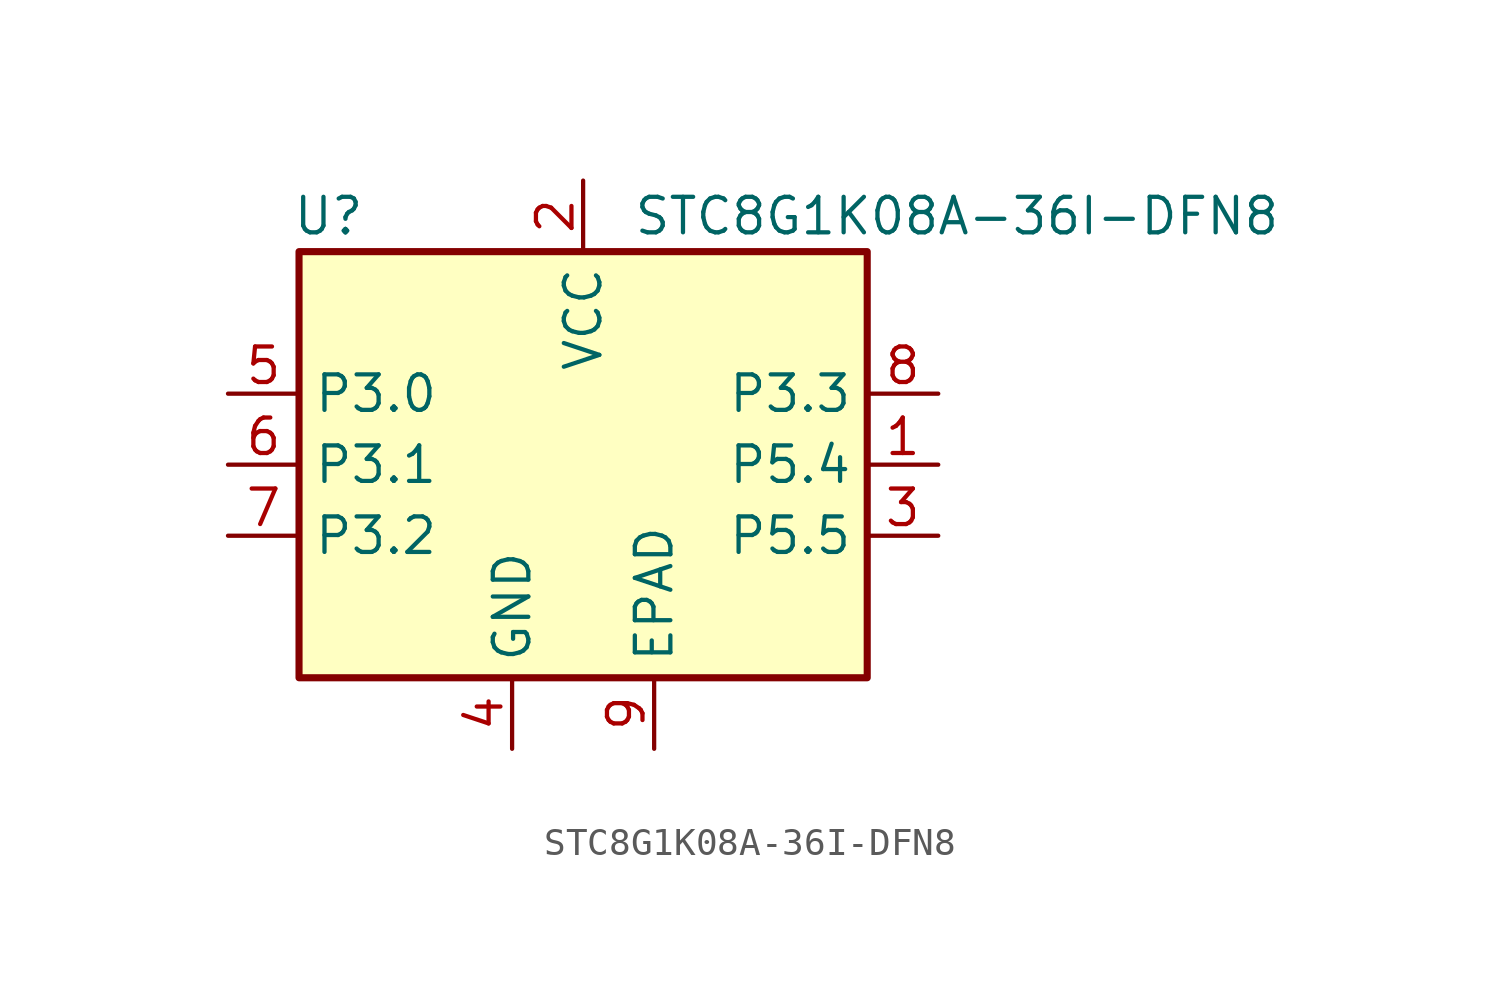
<source format=kicad_sym>
(kicad_symbol_lib
  (version 20231120)
  (generator "kicad_symbol_editor")
  (generator_version "8.0")
  (symbol "STC8G1K08A-36I-DFN8"
    (property "Reference" "U"
      (at -10.414 8.89 0)
      (effects (font (size 1.27 1.27)) (justify left)))
    (property "Value" "STC8G1K08A-36I-DFN8"
      (at 1.778 8.89 0)
      (effects (font (size 1.27 1.27)) (justify left)))
    (symbol "STC8G1K08A-36I-DFN8_0_1"
      (rectangle (start -10.16 7.62) (end 10.16 -7.62) (stroke (width 0.254) (type default)) (fill (type background))))
    (symbol "STC8G1K08A-36I-DFN8_1_0"
      (pin passive line (at 2.54 -10.16 90) (length 2.54) (name "EPAD" (effects (font (size 1.27 1.27)))) (number "9" (effects (font (size 1.27 1.27))))))
    (symbol "STC8G1K08A-36I-DFN8_1_1"
      (pin bidirectional line (at 12.7 0 180) (length 2.54) (name "P5.4" (effects (font (size 1.27 1.27)))) (number "1" (effects (font (size 1.27 1.27)))) (alternate "ADC4" input line) (alternate "CCP2" bidirectional line) (alternate "CCP2_{2}" bidirectional line) (alternate "INT2" input line) (alternate "MCLKO" output line) (alternate "MOSI" bidirectional line) (alternate "RxD_{3}" input line) (alternate "SCL_{2}" bidirectional line) (alternate "T0" input line) (alternate "~{RST}" input line))
      (pin power_in line (at 0 10.16 270) (length 2.54) (name "VCC" (effects (font (size 1.27 1.27)))) (number "2" (effects (font (size 1.27 1.27)))))
      (pin bidirectional line (at 12.7 -2.54 180) (length 2.54) (name "P5.5" (effects (font (size 1.27 1.27)))) (number "3" (effects (font (size 1.27 1.27)))) (alternate "ADC5" input line) (alternate "CCP2_{3}" bidirectional line) (alternate "ECI" input line) (alternate "ECI_{2}" input line) (alternate "INT3" input line) (alternate "SDA_{2}" bidirectional line) (alternate "SS" bidirectional line) (alternate "T0CLKO" output line) (alternate "T1" input line) (alternate "TxD_{3}" output line))
      (pin power_in line (at -2.54 -10.16 90) (length 2.54) (name "GND" (effects (font (size 1.27 1.27)))) (number "4" (effects (font (size 1.27 1.27)))))
      (pin bidirectional line (at -12.7 2.54 0) (length 2.54) (name "P3.0" (effects (font (size 1.27 1.27)))) (number "5" (effects (font (size 1.27 1.27)))) (alternate "ADC0" input line) (alternate "INT4" input line) (alternate "RxD" input line))
      (pin bidirectional line (at -12.7 0 0) (length 2.54) (name "P3.1" (effects (font (size 1.27 1.27)))) (number "6" (effects (font (size 1.27 1.27)))) (alternate "ADC1" input line) (alternate "CCP0_{2]" bidirectional line) (alternate "ECI_{3}" input line) (alternate "TxD" output line))
      (pin bidirectional line (at -12.7 -2.54 0) (length 2.54) (name "P3.2" (effects (font (size 1.27 1.27)))) (number "7" (effects (font (size 1.27 1.27)))) (alternate "ADC2" input line) (alternate "CCP0" bidirectional line) (alternate "CCP0_{3}" bidirectional line) (alternate "INT0" input line) (alternate "RxD_{2}" input line) (alternate "SCL" bidirectional line) (alternate "SCLK" bidirectional line))
      (pin bidirectional line (at 12.7 2.54 180) (length 2.54) (name "P3.3" (effects (font (size 1.27 1.27)))) (number "8" (effects (font (size 1.27 1.27)))) (alternate "ADC3" input line) (alternate "CCP1" bidirectional line) (alternate "CCP1_{2}" bidirectional line) (alternate "CCP1_{3}" bidirectional line) (alternate "INT1" input line) (alternate "MISO" bidirectional line) (alternate "SDA" bidirectional line) (alternate "TxD_{2}" output line)))))
</source>
